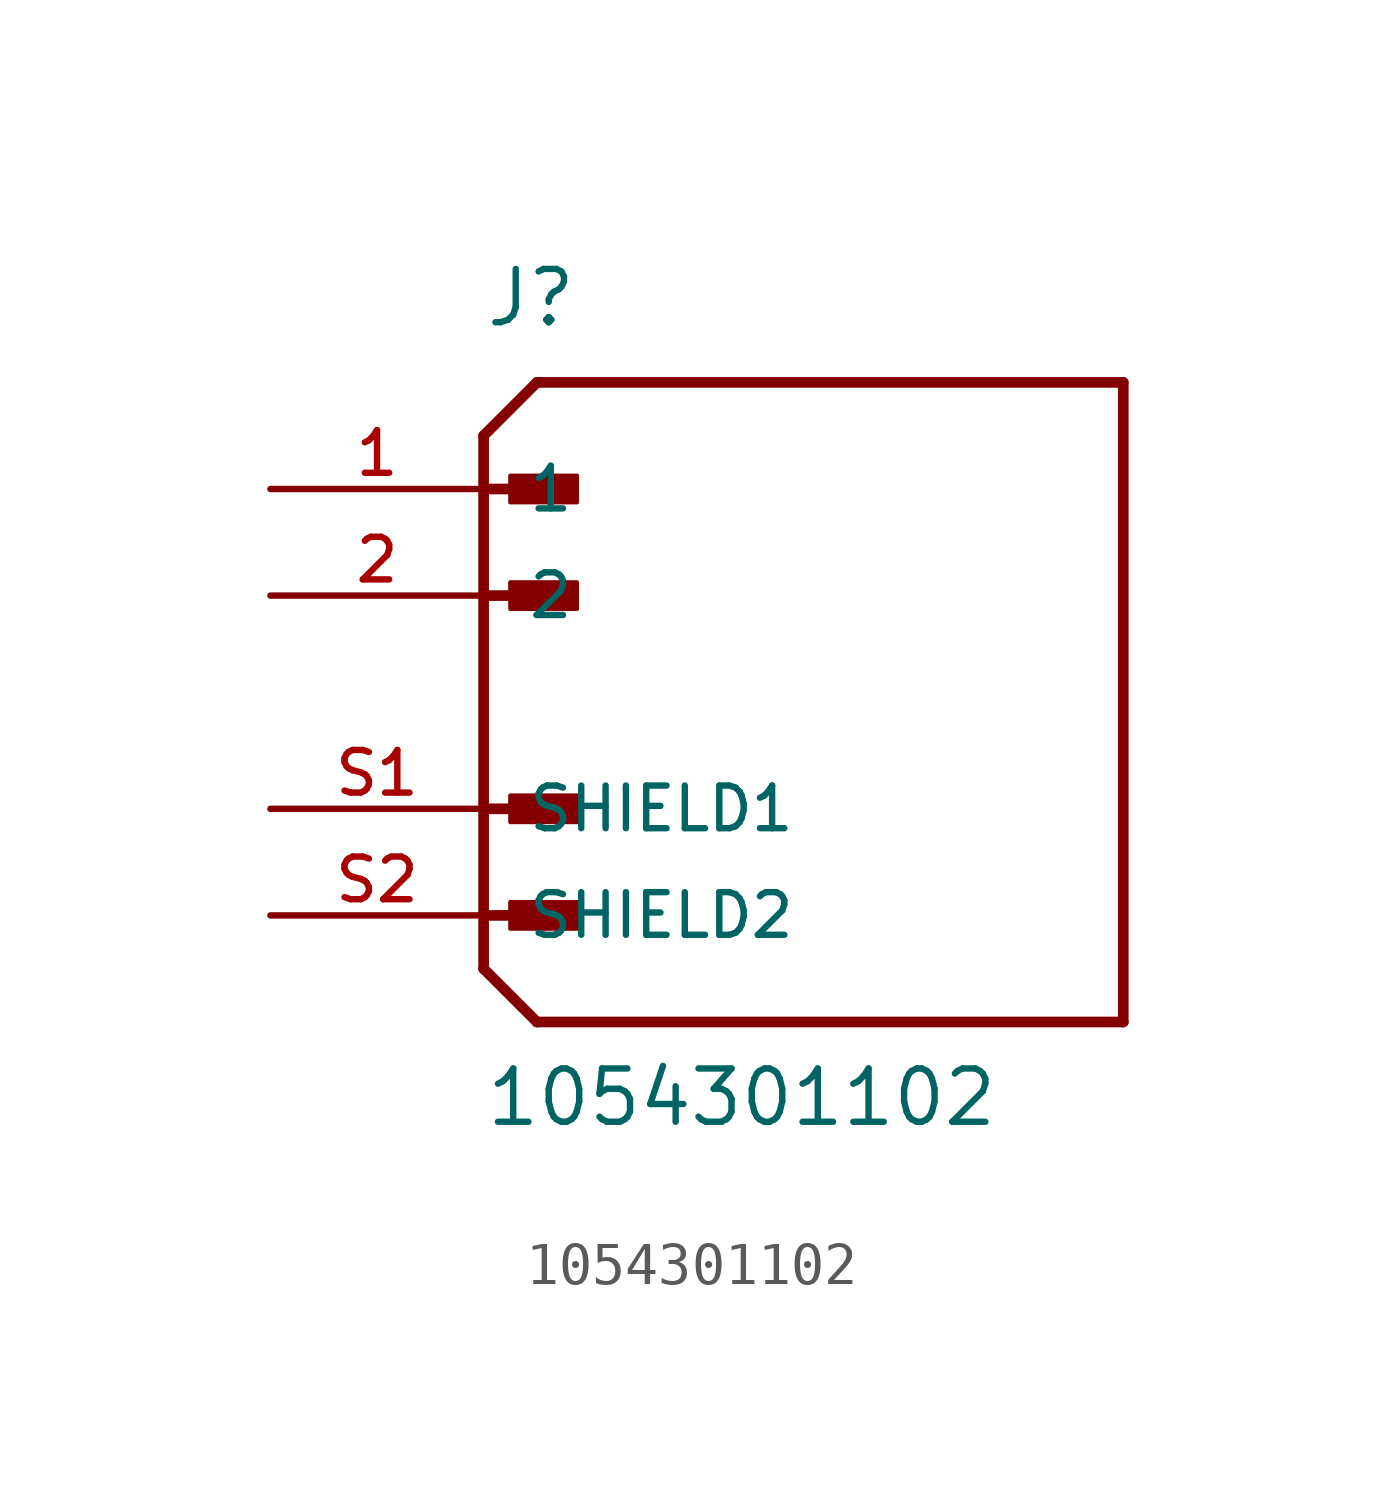
<source format=kicad_sym>
(kicad_symbol_lib
  (version 20211014)
  (generator kicad_symbol_editor)
  (symbol "1054301102"
    (pin_names
      (offset 1.016))
    (property "Reference" "J"
      (at -7.62 8.89 0)
      (effects (font (size 1.27 1.27)) (justify bottom left)))
    (property "Value" "1054301102"
      (at -7.62 -10.16 0)
      (effects (font (size 1.27 1.27)) (justify bottom left)))
    (symbol "1054301102_0_0"
      (polyline (pts (xy -7.62 6.35) (xy -6.35 7.62)) (stroke (width 0.254)))
      (polyline (pts (xy -7.62 6.35) (xy -7.62 5.08)) (stroke (width 0.254)))
      (polyline (pts (xy -7.62 5.08) (xy -7.62 -2.54)) (stroke (width 0.254)))
      (polyline (pts (xy -7.62 -2.54) (xy -7.62 -5.08)) (stroke (width 0.254)))
      (polyline (pts (xy -7.62 -5.08) (xy -7.62 -6.35)) (stroke (width 0.254)))
      (polyline (pts (xy -7.62 -6.35) (xy -6.35 -7.62)) (stroke (width 0.254)))
      (polyline (pts (xy -6.35 -7.62) (xy 7.62 -7.62)) (stroke (width 0.254)))
      (polyline (pts (xy 7.62 -7.62) (xy 7.62 7.62)) (stroke (width 0.254)))
      (polyline (pts (xy 7.62 7.62) (xy -6.35 7.62)) (stroke (width 0.254)))
      (polyline (pts (xy -7.62 5.08) (xy -5.715 5.08)) (stroke (width 0.254)))
      (rectangle (start -6.985 4.763) (end -5.397 5.397) (stroke (width 0.1)) (fill (type outline)))
      (polyline (pts (xy -7.62 2.54) (xy -5.715 2.54)) (stroke (width 0.254)))
      (rectangle (start -6.985 2.223) (end -5.397 2.857) (stroke (width 0.1)) (fill (type outline)))
      (polyline (pts (xy -7.62 -2.54) (xy -5.715 -2.54)) (stroke (width 0.254)))
      (polyline (pts (xy -7.62 -5.08) (xy -5.715 -5.08)) (stroke (width 0.254)))
      (rectangle (start -6.985 -2.857) (end -5.397 -2.223) (stroke (width 0.1)) (fill (type outline)))
      (rectangle (start -6.985 -5.397) (end -5.397 -4.763) (stroke (width 0.1)) (fill (type outline)))
      (pin passive line (at -12.7 5.08 0) (length 5.08) (name "1" (effects (font (size 1.016 1.016)))) (number "1" (effects (font (size 1.016 1.016)))))
      (pin passive line (at -12.7 2.54 0) (length 5.08) (name "2" (effects (font (size 1.016 1.016)))) (number "2" (effects (font (size 1.016 1.016)))))
      (pin passive line (at -12.7 -2.54 0) (length 5.08) (name "SHIELD1" (effects (font (size 1.016 1.016)))) (number "S1" (effects (font (size 1.016 1.016)))))
      (pin passive line (at -12.7 -5.08 0) (length 5.08) (name "SHIELD2" (effects (font (size 1.016 1.016)))) (number "S2" (effects (font (size 1.016 1.016))))))))
</source>
